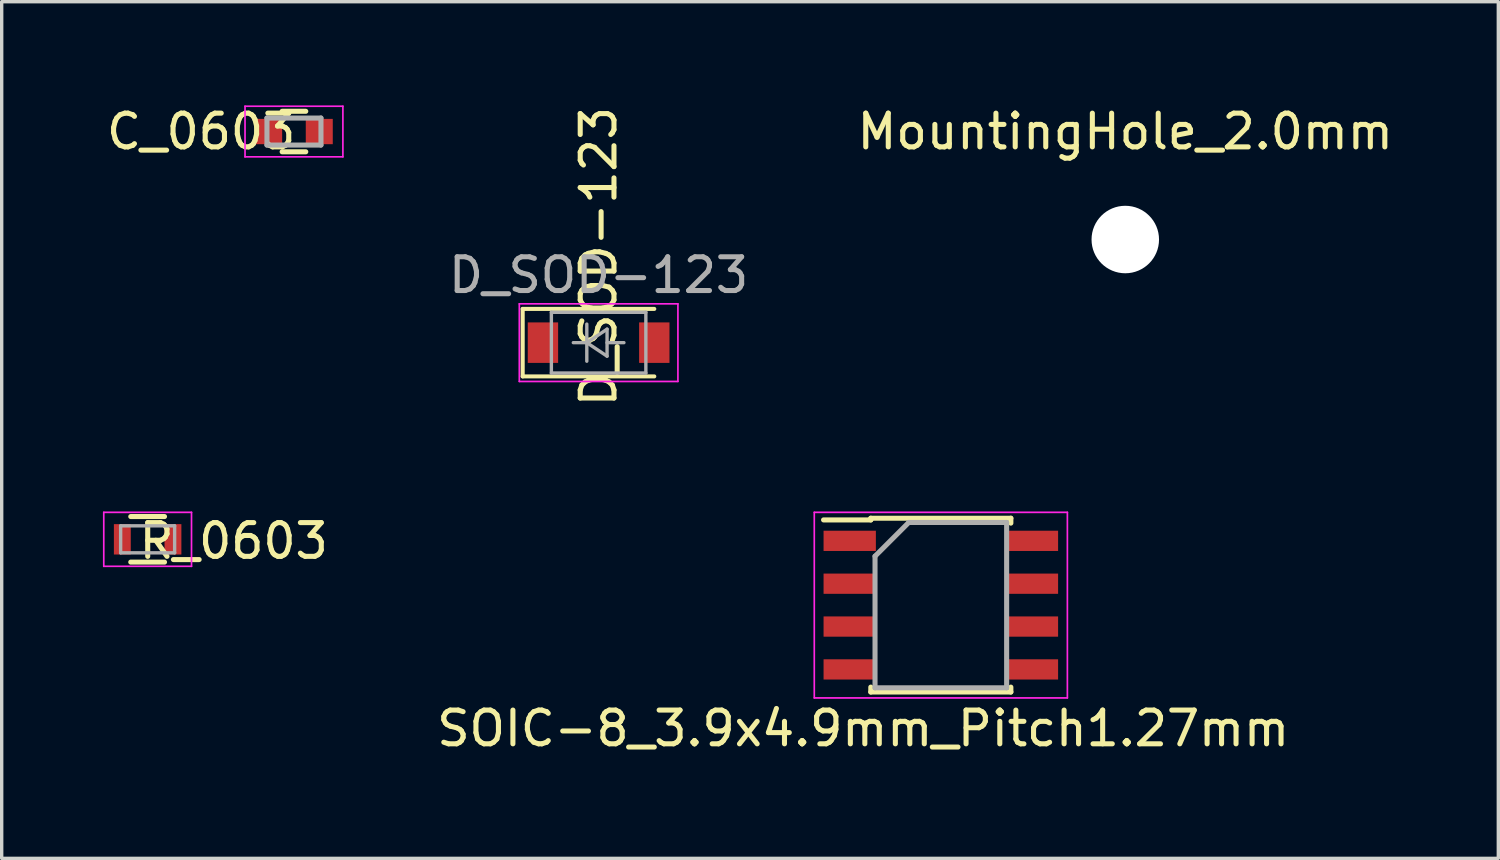
<source format=kicad_pcb>
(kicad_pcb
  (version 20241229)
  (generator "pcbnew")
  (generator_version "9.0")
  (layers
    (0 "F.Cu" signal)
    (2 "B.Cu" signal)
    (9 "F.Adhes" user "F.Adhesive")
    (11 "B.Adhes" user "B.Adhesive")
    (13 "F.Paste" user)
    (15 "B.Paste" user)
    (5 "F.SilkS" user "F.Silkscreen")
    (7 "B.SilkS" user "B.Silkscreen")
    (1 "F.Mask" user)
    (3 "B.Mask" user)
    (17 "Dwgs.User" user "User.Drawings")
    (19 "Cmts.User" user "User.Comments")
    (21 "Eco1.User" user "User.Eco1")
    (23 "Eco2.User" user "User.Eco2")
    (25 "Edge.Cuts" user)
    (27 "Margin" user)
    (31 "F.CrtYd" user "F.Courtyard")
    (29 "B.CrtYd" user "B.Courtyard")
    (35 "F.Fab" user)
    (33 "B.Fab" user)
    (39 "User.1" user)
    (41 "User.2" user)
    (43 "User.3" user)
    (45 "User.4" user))
  (footprint "C_0603"
    (layer "F.Cu")
    (at 5.661 0.848)
    (property "Reference" "C_0603" (at -2.75 0 0) (layer "F.SilkS") (effects (font (size 1 1) (thickness 0.15))))
    (attr smd)
    (fp_line (start -0.35 -0.6) (end 0.35 -0.6) (stroke (width 0.15) (type solid)) (layer "F.SilkS"))
    (fp_line (start 0.35 0.6) (end -0.35 0.6) (stroke (width 0.15) (type solid)) (layer "F.SilkS"))
    (fp_line (start -1.45 -0.75) (end -1.45 0.75) (stroke (width 0.05) (type solid)) (layer "F.CrtYd"))
    (fp_line (start -1.45 -0.75) (end 1.45 -0.75) (stroke (width 0.05) (type solid)) (layer "F.CrtYd"))
    (fp_line (start -1.45 0.75) (end 1.45 0.75) (stroke (width 0.05) (type solid)) (layer "F.CrtYd"))
    (fp_line (start 1.45 -0.75) (end 1.45 0.75) (stroke (width 0.05) (type solid)) (layer "F.CrtYd"))
    (fp_line (start -0.8 -0.4) (end 0.8 -0.4) (stroke (width 0.15) (type solid)) (layer "F.Fab"))
    (fp_line (start -0.8 0.4) (end -0.8 -0.4) (stroke (width 0.15) (type solid)) (layer "F.Fab"))
    (fp_line (start 0.8 -0.4) (end 0.8 0.4) (stroke (width 0.15) (type solid)) (layer "F.Fab"))
    (fp_line (start 0.8 0.4) (end -0.8 0.4) (stroke (width 0.15) (type solid)) (layer "F.Fab"))
    (pad "1" smd rect (at -0.75 0) (size 0.8 0.75) (layers "F.Cu" "F.Mask" "F.Paste"))
    (pad "2" smd rect (at 0.75 0) (size 0.8 0.75) (layers "F.Cu" "F.Mask" "F.Paste")))
  (footprint "MountingHole_2.0mm"
    (layer "F.Cu")
    (at 30.296 4.048)
    (property "Reference" "MountingHole_2.0mm" (at 0 -3.2 0) (layer "F.SilkS") (effects (font (size 1 1) (thickness 0.15))))
    (attr through_hole)
    (pad "" np_thru_hole circle (at 0 0) (size 2 2) (drill 2) (layers "*.Cu" "*.Mask")))
  (footprint "SOIC-8_3.9x4.9mm_Pitch1.27mm"
    (layer "F.Cu")
    (at 24.83 14.882)
    (property "Reference" "SOIC-8_3.9x4.9mm_Pitch1.27mm" (at -2.3 3.655 0) (layer "F.SilkS") (effects (font (size 1 1) (thickness 0.15))))
    (attr smd)
    (fp_line (start -2.075 -2.575) (end -2.075 -2.525) (stroke (width 0.15) (type solid)) (layer "F.SilkS"))
    (fp_line (start -2.075 -2.575) (end 2.075 -2.575) (stroke (width 0.15) (type solid)) (layer "F.SilkS"))
    (fp_line (start -2.075 -2.525) (end -3.475 -2.525) (stroke (width 0.15) (type solid)) (layer "F.SilkS"))
    (fp_line (start -2.075 2.575) (end -2.075 2.43) (stroke (width 0.15) (type solid)) (layer "F.SilkS"))
    (fp_line (start -2.075 2.575) (end 2.075 2.575) (stroke (width 0.15) (type solid)) (layer "F.SilkS"))
    (fp_line (start 2.075 -2.575) (end 2.075 -2.43) (stroke (width 0.15) (type solid)) (layer "F.SilkS"))
    (fp_line (start 2.075 2.575) (end 2.075 2.43) (stroke (width 0.15) (type solid)) (layer "F.SilkS"))
    (fp_line (start -3.75 -2.75) (end -3.75 2.75) (stroke (width 0.05) (type solid)) (layer "F.CrtYd"))
    (fp_line (start -3.75 -2.75) (end 3.75 -2.75) (stroke (width 0.05) (type solid)) (layer "F.CrtYd"))
    (fp_line (start -3.75 2.75) (end 3.75 2.75) (stroke (width 0.05) (type solid)) (layer "F.CrtYd"))
    (fp_line (start 3.75 -2.75) (end 3.75 2.75) (stroke (width 0.05) (type solid)) (layer "F.CrtYd"))
    (fp_line (start -1.95 -1.45) (end -0.95 -2.45) (stroke (width 0.15) (type solid)) (layer "F.Fab"))
    (fp_line (start -1.95 2.45) (end -1.95 -1.45) (stroke (width 0.15) (type solid)) (layer "F.Fab"))
    (fp_line (start -0.95 -2.45) (end 1.95 -2.45) (stroke (width 0.15) (type solid)) (layer "F.Fab"))
    (fp_line (start 1.95 -2.45) (end 1.95 2.45) (stroke (width 0.15) (type solid)) (layer "F.Fab"))
    (fp_line (start 1.95 2.45) (end -1.95 2.45) (stroke (width 0.15) (type solid)) (layer "F.Fab"))
    (pad "1" smd rect (at -2.7 -1.905) (size 1.55 0.6) (layers "F.Cu" "F.Mask" "F.Paste"))
    (pad "2" smd rect (at -2.7 -0.635) (size 1.55 0.6) (layers "F.Cu" "F.Mask" "F.Paste"))
    (pad "3" smd rect (at -2.7 0.635) (size 1.55 0.6) (layers "F.Cu" "F.Mask" "F.Paste"))
    (pad "4" smd rect (at -2.7 1.905) (size 1.55 0.6) (layers "F.Cu" "F.Mask" "F.Paste"))
    (pad "5" smd rect (at 2.7 1.905) (size 1.55 0.6) (layers "F.Cu" "F.Mask" "F.Paste"))
    (pad "6" smd rect (at 2.7 0.635) (size 1.55 0.6) (layers "F.Cu" "F.Mask" "F.Paste"))
    (pad "7" smd rect (at 2.7 -0.635) (size 1.55 0.6) (layers "F.Cu" "F.Mask" "F.Paste"))
    (pad "8" smd rect (at 2.7 -1.905) (size 1.55 0.6) (layers "F.Cu" "F.Mask" "F.Paste")))
  (footprint "R_0603"
    (layer "F.Cu")
    (at 1.325 12.932)
    (property "Reference" "R_0603" (at 2.55 0.05 180) (layer "F.SilkS") (effects (font (size 1 1) (thickness 0.15))))
    (attr smd)
    (fp_line (start -0.5 -0.675) (end 0.5 -0.675) (stroke (width 0.15) (type solid)) (layer "F.SilkS"))
    (fp_line (start 0.5 0.675) (end -0.5 0.675) (stroke (width 0.15) (type solid)) (layer "F.SilkS"))
    (fp_line (start -1.3 -0.8) (end -1.3 0.8) (stroke (width 0.05) (type solid)) (layer "F.CrtYd"))
    (fp_line (start -1.3 -0.8) (end 1.3 -0.8) (stroke (width 0.05) (type solid)) (layer "F.CrtYd"))
    (fp_line (start -1.3 0.8) (end 1.3 0.8) (stroke (width 0.05) (type solid)) (layer "F.CrtYd"))
    (fp_line (start 1.3 -0.8) (end 1.3 0.8) (stroke (width 0.05) (type solid)) (layer "F.CrtYd"))
    (fp_line (start -0.8 -0.4) (end 0.8 -0.4) (stroke (width 0.1) (type solid)) (layer "F.Fab"))
    (fp_line (start -0.8 0.4) (end -0.8 -0.4) (stroke (width 0.1) (type solid)) (layer "F.Fab"))
    (fp_line (start 0.8 -0.4) (end 0.8 0.4) (stroke (width 0.1) (type solid)) (layer "F.Fab"))
    (fp_line (start 0.8 0.4) (end -0.8 0.4) (stroke (width 0.1) (type solid)) (layer "F.Fab"))
    (pad "1" smd rect (at -0.75 0) (size 0.5 0.9) (layers "F.Cu" "F.Mask" "F.Paste"))
    (pad "2" smd rect (at 0.75 0) (size 0.5 0.9) (layers "F.Cu" "F.Mask" "F.Paste")))
  (footprint "D_SOD-123"
    (layer "F.Cu")
    (at 14.689 7.104)
    (property "Reference" "D_SOD-123" (at 0 -2.55 90) (layer "F.SilkS") (effects (font (size 1 1) (thickness 0.15))))
    (attr smd)
    (fp_line (start -2.25 -1) (end -2.25 1) (stroke (width 0.12) (type solid)) (layer "F.SilkS"))
    (fp_line (start -2.25 -1) (end 1.65 -1) (stroke (width 0.12) (type solid)) (layer "F.SilkS"))
    (fp_line (start -2.25 1) (end 1.65 1) (stroke (width 0.12) (type solid)) (layer "F.SilkS"))
    (fp_line (start -2.35 -1.15) (end -2.35 1.15) (stroke (width 0.05) (type solid)) (layer "F.CrtYd"))
    (fp_line (start -2.35 -1.15) (end 2.35 -1.15) (stroke (width 0.05) (type solid)) (layer "F.CrtYd"))
    (fp_line (start 2.35 -1.15) (end 2.35 1.15) (stroke (width 0.05) (type solid)) (layer "F.CrtYd"))
    (fp_line (start 2.35 1.15) (end -2.35 1.15) (stroke (width 0.05) (type solid)) (layer "F.CrtYd"))
    (fp_line (start -1.4 -0.9) (end 1.4 -0.9) (stroke (width 0.1) (type solid)) (layer "F.Fab"))
    (fp_line (start -1.4 0.9) (end -1.4 -0.9) (stroke (width 0.1) (type solid)) (layer "F.Fab"))
    (fp_line (start -0.75 0) (end -0.35 0) (stroke (width 0.1) (type solid)) (layer "F.Fab"))
    (fp_line (start -0.35 0) (end -0.35 -0.55) (stroke (width 0.1) (type solid)) (layer "F.Fab"))
    (fp_line (start -0.35 0) (end -0.35 0.55) (stroke (width 0.1) (type solid)) (layer "F.Fab"))
    (fp_line (start -0.35 0) (end 0.25 -0.4) (stroke (width 0.1) (type solid)) (layer "F.Fab"))
    (fp_line (start 0.25 -0.4) (end 0.25 0.4) (stroke (width 0.1) (type solid)) (layer "F.Fab"))
    (fp_line (start 0.25 0) (end 0.75 0) (stroke (width 0.1) (type solid)) (layer "F.Fab"))
    (fp_line (start 0.25 0.4) (end -0.35 0) (stroke (width 0.1) (type solid)) (layer "F.Fab"))
    (fp_line (start 1.4 -0.9) (end 1.4 0.9) (stroke (width 0.1) (type solid)) (layer "F.Fab"))
    (fp_line (start 1.4 0.9) (end -1.4 0.9) (stroke (width 0.1) (type solid)) (layer "F.Fab"))
    (fp_text user "${REFERENCE}" (at 0 -2 0) (layer "F.Fab") (effects (font (size 1 1) (thickness 0.15))))
    (pad "1" smd rect (at -1.65 0) (size 0.9 1.2) (layers "F.Cu" "F.Mask" "F.Paste"))
    (pad "2" smd rect (at 1.65 0) (size 0.9 1.2) (layers "F.Cu" "F.Mask" "F.Paste")))
  (gr_rect
    (start -3 -3)
    (end 41.35 22.385)
    (stroke (width 0.1) (type default))
    (fill no)
    (layer "Edge.Cuts")))
</source>
